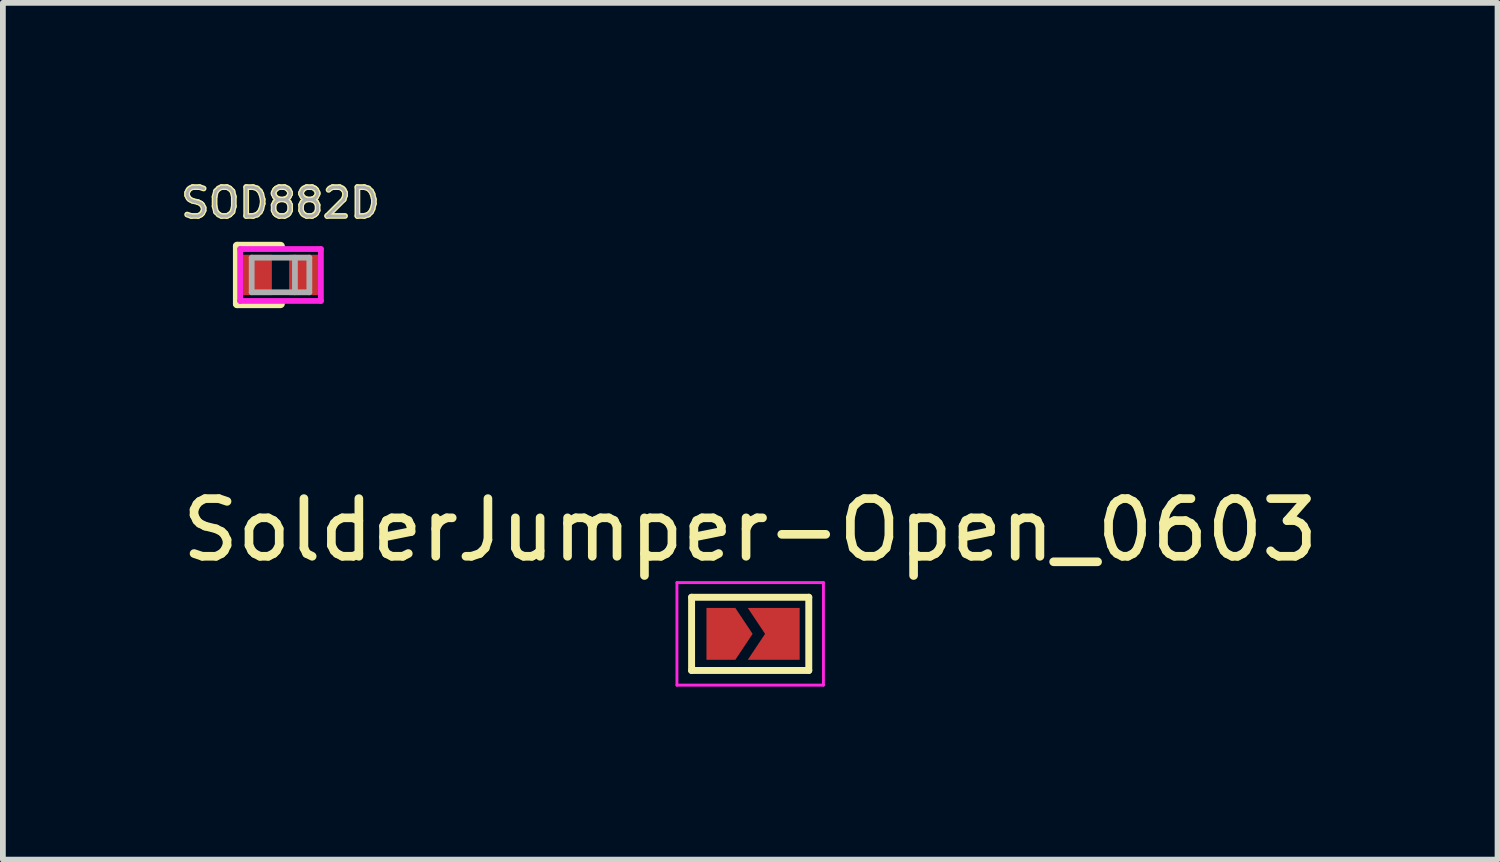
<source format=kicad_pcb>
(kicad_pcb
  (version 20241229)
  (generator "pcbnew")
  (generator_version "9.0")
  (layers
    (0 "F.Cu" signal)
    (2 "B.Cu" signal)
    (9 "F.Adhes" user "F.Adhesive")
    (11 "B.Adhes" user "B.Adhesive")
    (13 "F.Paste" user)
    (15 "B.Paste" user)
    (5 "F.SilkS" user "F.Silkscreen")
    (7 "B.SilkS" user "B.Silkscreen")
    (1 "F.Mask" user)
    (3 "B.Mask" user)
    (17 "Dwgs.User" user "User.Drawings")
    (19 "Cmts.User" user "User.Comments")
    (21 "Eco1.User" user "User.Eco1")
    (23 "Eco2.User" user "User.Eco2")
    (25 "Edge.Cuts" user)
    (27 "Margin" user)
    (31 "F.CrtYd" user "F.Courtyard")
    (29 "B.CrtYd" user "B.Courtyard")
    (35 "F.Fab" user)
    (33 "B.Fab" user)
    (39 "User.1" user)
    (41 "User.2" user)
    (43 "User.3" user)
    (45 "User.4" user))
  (footprint "SOD882D"
    (layer "F.Cu")
    (at 1.814 1.718)
    (property "Reference" "SOD882D" (at 0 -1.25 0) (layer "F.SilkS") (effects (font (size 0.5 0.5) (thickness 0.1))))
    (attr smd)
    (fp_line (start -0.75 -0.5) (end -0.75 0.5) (stroke (width 0.15) (type solid)) (layer "F.SilkS"))
    (fp_line (start -0.75 0.5) (end 0 0.5) (stroke (width 0.15) (type solid)) (layer "F.SilkS"))
    (fp_line (start 0 -0.5) (end -0.75 -0.5) (stroke (width 0.15) (type solid)) (layer "F.SilkS"))
    (fp_line (start -0.7 -0.45) (end 0.7 -0.45) (stroke (width 0.1) (type solid)) (layer "F.CrtYd"))
    (fp_line (start -0.7 0.45) (end -0.7 -0.45) (stroke (width 0.1) (type solid)) (layer "F.CrtYd"))
    (fp_line (start 0.7 -0.45) (end 0.7 0.45) (stroke (width 0.1) (type solid)) (layer "F.CrtYd"))
    (fp_line (start 0.7 0.45) (end -0.7 0.45) (stroke (width 0.1) (type solid)) (layer "F.CrtYd"))
    (fp_line (start -0.5 -0.3) (end 0.5 -0.3) (stroke (width 0.1) (type solid)) (layer "F.Fab"))
    (fp_line (start -0.5 0.3) (end -0.5 -0.3) (stroke (width 0.1) (type solid)) (layer "F.Fab"))
    (fp_line (start 0.25 -0.3) (end 0.25 0.3) (stroke (width 0.1) (type solid)) (layer "F.Fab"))
    (fp_line (start 0.5 -0.3) (end 0.5 0.3) (stroke (width 0.1) (type solid)) (layer "F.Fab"))
    (fp_line (start 0.5 0.3) (end -0.5 0.3) (stroke (width 0.1) (type solid)) (layer "F.Fab"))
    (fp_text user "${REFERENCE}" (at 0 -1.25 0) (layer "F.Fab") (effects (font (size 0.5 0.5) (thickness 0.05))))
    (pad "1" smd rect (at -0.4 0) (size 0.5 0.7) (layers "F.Cu" "F.Mask" "F.Paste"))
    (pad "2" smd rect (at 0.4 0) (size 0.5 0.7) (layers "F.Cu" "F.Mask" "F.Paste")))
  (footprint "SolderJumper-Open_0603"
    (layer "F.Cu")
    (at 9.958 7.941)
    (property "Reference" "SolderJumper-Open_0603" (at 0 -1.8 0) (layer "F.SilkS") (effects (font (size 1 1) (thickness 0.15))))
    (attr exclude_from_pos_files exclude_from_bom)
    (fp_line (start -1.016 -0.635) (end 1.016 -0.635) (stroke (width 0.12) (type solid)) (layer "F.SilkS"))
    (fp_line (start -1.016 0.635) (end -1.016 -0.635) (stroke (width 0.12) (type solid)) (layer "F.SilkS"))
    (fp_line (start 1.016 -0.635) (end 1.016 0.635) (stroke (width 0.12) (type solid)) (layer "F.SilkS"))
    (fp_line (start 1.016 0.635) (end -1.016 0.635) (stroke (width 0.12) (type solid)) (layer "F.SilkS"))
    (fp_line (start -1.27 -0.889) (end -1.27 0.889) (stroke (width 0.05) (type solid)) (layer "F.CrtYd"))
    (fp_line (start -1.27 -0.889) (end 1.27 -0.889) (stroke (width 0.05) (type solid)) (layer "F.CrtYd"))
    (fp_line (start 1.27 0.889) (end -1.27 0.889) (stroke (width 0.05) (type solid)) (layer "F.CrtYd"))
    (fp_line (start 1.27 0.889) (end 1.27 -0.889) (stroke (width 0.05) (type solid)) (layer "F.CrtYd"))
    (pad "1" smd custom (at -0.508 0) (size 0.3 0.3) (layers "F.Cu" "F.Mask") (options (anchor rect)) (primitives (gr_poly (pts (xy -0.25 -0.45) (xy 0.25 -0.45) (xy 0.55 0) (xy 0.25 0.45) (xy -0.25 0.45)) (width 0) (fill yes))))
    (pad "2" smd custom (at 0.508 0) (size 0.3 0.3) (layers "F.Cu" "F.Mask") (options (anchor rect)) (primitives (gr_poly (pts (xy -0.55 -0.45) (xy 0.35 -0.45) (xy 0.35 0.45) (xy -0.55 0.45) (xy -0.25 0)) (width 0) (fill yes)))))
  (gr_rect
    (start -3 -3)
    (end 22.917 11.855)
    (stroke (width 0.1) (type default))
    (fill no)
    (layer "Edge.Cuts")))
</source>
